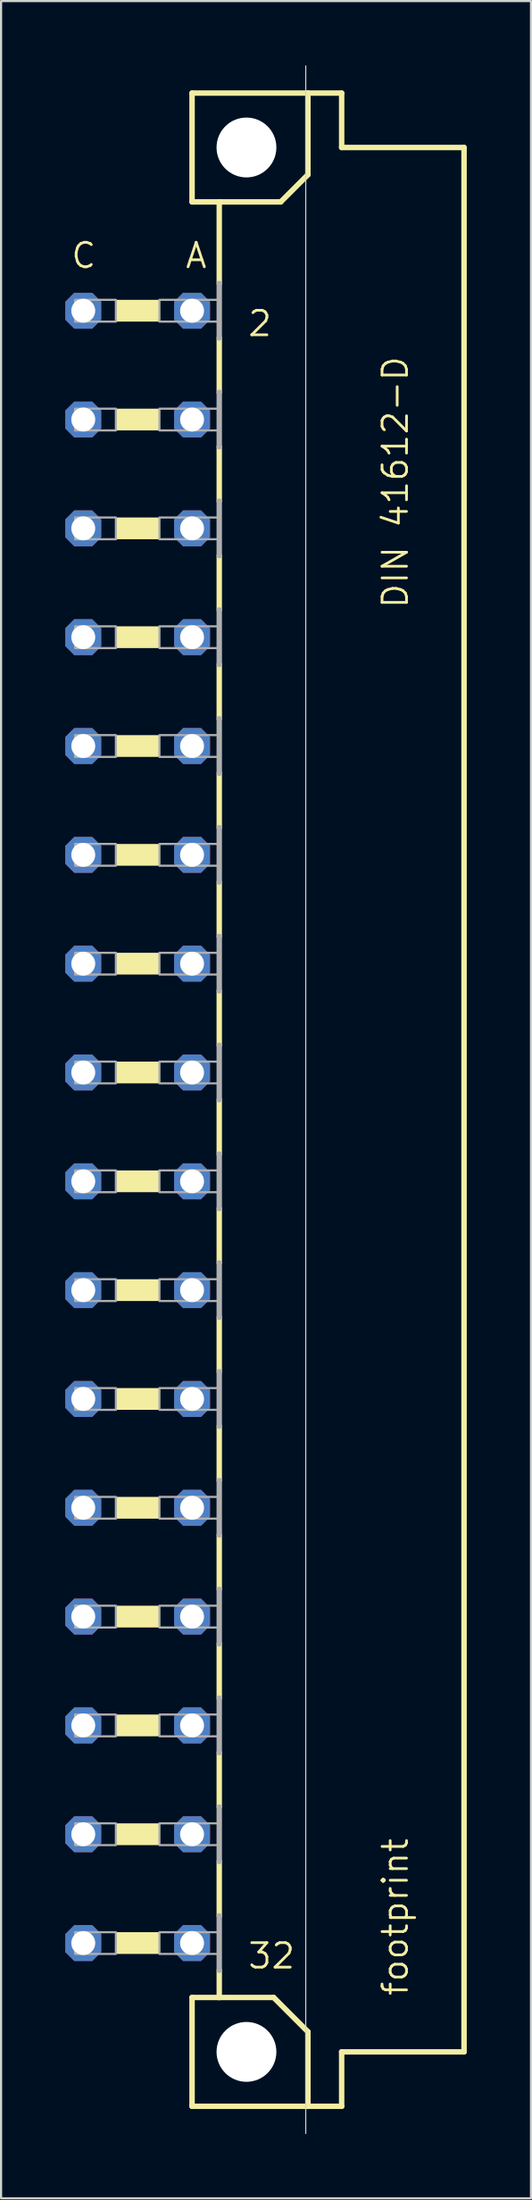
<source format=kicad_pcb>
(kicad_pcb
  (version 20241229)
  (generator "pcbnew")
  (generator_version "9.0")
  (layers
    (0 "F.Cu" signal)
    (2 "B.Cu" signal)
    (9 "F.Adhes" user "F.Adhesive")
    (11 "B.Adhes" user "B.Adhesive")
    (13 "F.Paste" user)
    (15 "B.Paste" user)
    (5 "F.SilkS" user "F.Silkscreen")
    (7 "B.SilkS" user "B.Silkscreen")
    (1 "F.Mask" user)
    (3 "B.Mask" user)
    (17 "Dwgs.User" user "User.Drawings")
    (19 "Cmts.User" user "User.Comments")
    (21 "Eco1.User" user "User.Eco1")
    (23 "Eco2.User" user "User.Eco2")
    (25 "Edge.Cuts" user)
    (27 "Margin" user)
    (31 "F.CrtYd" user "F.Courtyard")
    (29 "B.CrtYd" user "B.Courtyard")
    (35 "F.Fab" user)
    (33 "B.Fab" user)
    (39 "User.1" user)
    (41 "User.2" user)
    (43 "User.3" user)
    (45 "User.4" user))
  (footprint "footprint"
    (layer "F.Cu")
    (at 8.458 48.285)
    (property "Reference" "footprint" (at 7.62 41.91 90) (layer "F.SilkS") (effects (font (size 1.143 1.143) (thickness 0.127)) (justify left bottom)))
    (fp_line (start -2.54 -46.99) (end -2.54 -41.91) (stroke (width 0.254) (type solid)) (layer "F.SilkS"))
    (fp_line (start -2.54 -41.91) (end -1.27 -41.91) (stroke (width 0.254) (type solid)) (layer "F.SilkS"))
    (fp_line (start -2.54 41.91) (end -2.54 46.99) (stroke (width 0.254) (type solid)) (layer "F.SilkS"))
    (fp_line (start -2.54 41.91) (end -1.27 41.91) (stroke (width 0.254) (type solid)) (layer "F.SilkS"))
    (fp_line (start -2.54 46.99) (end 2.87 46.99) (stroke (width 0.254) (type solid)) (layer "F.SilkS"))
    (fp_line (start -1.27 -41.91) (end -1.27 -38.1) (stroke (width 0.254) (type solid)) (layer "F.SilkS"))
    (fp_line (start -1.27 -41.91) (end 1.6 -41.91) (stroke (width 0.254) (type solid)) (layer "F.SilkS"))
    (fp_line (start -1.27 -35.56) (end -1.27 -33.02) (stroke (width 0.254) (type solid)) (layer "F.SilkS"))
    (fp_line (start -1.27 -30.48) (end -1.27 -27.94) (stroke (width 0.254) (type solid)) (layer "F.SilkS"))
    (fp_line (start -1.27 -25.4) (end -1.27 -22.86) (stroke (width 0.254) (type solid)) (layer "F.SilkS"))
    (fp_line (start -1.27 -20.32) (end -1.27 -17.78) (stroke (width 0.254) (type solid)) (layer "F.SilkS"))
    (fp_line (start -1.27 -15.24) (end -1.27 -12.7) (stroke (width 0.254) (type solid)) (layer "F.SilkS"))
    (fp_line (start -1.27 -10.16) (end -1.27 -7.62) (stroke (width 0.254) (type solid)) (layer "F.SilkS"))
    (fp_line (start -1.27 -5.08) (end -1.27 -2.54) (stroke (width 0.254) (type solid)) (layer "F.SilkS"))
    (fp_line (start -1.27 0) (end -1.27 2.54) (stroke (width 0.254) (type solid)) (layer "F.SilkS"))
    (fp_line (start -1.27 5.08) (end -1.27 7.62) (stroke (width 0.254) (type solid)) (layer "F.SilkS"))
    (fp_line (start -1.27 10.16) (end -1.27 12.7) (stroke (width 0.254) (type solid)) (layer "F.SilkS"))
    (fp_line (start -1.27 15.24) (end -1.27 17.78) (stroke (width 0.254) (type solid)) (layer "F.SilkS"))
    (fp_line (start -1.27 20.32) (end -1.27 22.86) (stroke (width 0.254) (type solid)) (layer "F.SilkS"))
    (fp_line (start -1.27 25.4) (end -1.27 27.94) (stroke (width 0.254) (type solid)) (layer "F.SilkS"))
    (fp_line (start -1.27 30.48) (end -1.27 33.02) (stroke (width 0.254) (type solid)) (layer "F.SilkS"))
    (fp_line (start -1.27 35.56) (end -1.27 38.1) (stroke (width 0.254) (type solid)) (layer "F.SilkS"))
    (fp_line (start -1.27 40.64) (end -1.27 41.91) (stroke (width 0.254) (type solid)) (layer "F.SilkS"))
    (fp_line (start -1.27 41.91) (end 1.27 41.91) (stroke (width 0.254) (type solid)) (layer "F.SilkS"))
    (fp_line (start 1.6 -41.91) (end 2.87 -43.18) (stroke (width 0.254) (type solid)) (layer "F.SilkS"))
    (fp_line (start 2.87 -46.99) (end -2.54 -46.99) (stroke (width 0.254) (type solid)) (layer "F.SilkS"))
    (fp_line (start 2.87 -43.18) (end 2.87 -46.99) (stroke (width 0.254) (type solid)) (layer "F.SilkS"))
    (fp_line (start 2.87 43.51) (end 1.27 41.91) (stroke (width 0.254) (type solid)) (layer "F.SilkS"))
    (fp_line (start 2.87 43.51) (end 2.87 46.99) (stroke (width 0.254) (type solid)) (layer "F.SilkS"))
    (fp_line (start 2.87 46.99) (end 4.445 46.99) (stroke (width 0.254) (type solid)) (layer "F.SilkS"))
    (fp_line (start 4.445 -46.99) (end 2.87 -46.99) (stroke (width 0.254) (type solid)) (layer "F.SilkS"))
    (fp_line (start 4.445 -44.45) (end 4.445 -46.99) (stroke (width 0.254) (type solid)) (layer "F.SilkS"))
    (fp_line (start 4.445 44.45) (end 10.16 44.45) (stroke (width 0.254) (type solid)) (layer "F.SilkS"))
    (fp_line (start 4.445 46.99) (end 4.445 44.45) (stroke (width 0.254) (type solid)) (layer "F.SilkS"))
    (fp_line (start 10.16 -44.45) (end 4.445 -44.45) (stroke (width 0.254) (type solid)) (layer "F.SilkS"))
    (fp_line (start 10.16 44.45) (end 10.16 -44.45) (stroke (width 0.254) (type solid)) (layer "F.SilkS"))
    (fp_poly (pts (xy -6.096 -36.322) (xy -4.064 -36.322) (xy -4.064 -37.338) (xy -6.096 -37.338)) (stroke (width 0) (type solid)) (fill yes) (layer "F.SilkS"))
    (fp_poly (pts (xy -6.096 -31.242) (xy -4.064 -31.242) (xy -4.064 -32.258) (xy -6.096 -32.258)) (stroke (width 0) (type solid)) (fill yes) (layer "F.SilkS"))
    (fp_poly (pts (xy -6.096 -26.162) (xy -4.064 -26.162) (xy -4.064 -27.178) (xy -6.096 -27.178)) (stroke (width 0) (type solid)) (fill yes) (layer "F.SilkS"))
    (fp_poly (pts (xy -6.096 -21.082) (xy -4.064 -21.082) (xy -4.064 -22.098) (xy -6.096 -22.098)) (stroke (width 0) (type solid)) (fill yes) (layer "F.SilkS"))
    (fp_poly (pts (xy -6.096 -16.002) (xy -4.064 -16.002) (xy -4.064 -17.018) (xy -6.096 -17.018)) (stroke (width 0) (type solid)) (fill yes) (layer "F.SilkS"))
    (fp_poly (pts (xy -6.096 -10.922) (xy -4.064 -10.922) (xy -4.064 -11.938) (xy -6.096 -11.938)) (stroke (width 0) (type solid)) (fill yes) (layer "F.SilkS"))
    (fp_poly (pts (xy -6.096 -5.842) (xy -4.064 -5.842) (xy -4.064 -6.858) (xy -6.096 -6.858)) (stroke (width 0) (type solid)) (fill yes) (layer "F.SilkS"))
    (fp_poly (pts (xy -6.096 -0.762) (xy -4.064 -0.762) (xy -4.064 -1.778) (xy -6.096 -1.778)) (stroke (width 0) (type solid)) (fill yes) (layer "F.SilkS"))
    (fp_poly (pts (xy -6.096 4.318) (xy -4.064 4.318) (xy -4.064 3.302) (xy -6.096 3.302)) (stroke (width 0) (type solid)) (fill yes) (layer "F.SilkS"))
    (fp_poly (pts (xy -6.096 9.398) (xy -4.064 9.398) (xy -4.064 8.382) (xy -6.096 8.382)) (stroke (width 0) (type solid)) (fill yes) (layer "F.SilkS"))
    (fp_poly (pts (xy -6.096 14.478) (xy -4.064 14.478) (xy -4.064 13.462) (xy -6.096 13.462)) (stroke (width 0) (type solid)) (fill yes) (layer "F.SilkS"))
    (fp_poly (pts (xy -6.096 19.558) (xy -4.064 19.558) (xy -4.064 18.542) (xy -6.096 18.542)) (stroke (width 0) (type solid)) (fill yes) (layer "F.SilkS"))
    (fp_poly (pts (xy -6.096 24.638) (xy -4.064 24.638) (xy -4.064 23.622) (xy -6.096 23.622)) (stroke (width 0) (type solid)) (fill yes) (layer "F.SilkS"))
    (fp_poly (pts (xy -6.096 29.718) (xy -4.064 29.718) (xy -4.064 28.702) (xy -6.096 28.702)) (stroke (width 0) (type solid)) (fill yes) (layer "F.SilkS"))
    (fp_poly (pts (xy -6.096 34.798) (xy -4.064 34.798) (xy -4.064 33.782) (xy -6.096 33.782)) (stroke (width 0) (type solid)) (fill yes) (layer "F.SilkS"))
    (fp_poly (pts (xy -6.096 39.878) (xy -4.064 39.878) (xy -4.064 38.862) (xy -6.096 38.862)) (stroke (width 0) (type solid)) (fill yes) (layer "F.SilkS"))
    (fp_line (start 2.769 -48.26) (end 2.769 48.26) (stroke (width 0.051) (type solid)) (layer "Edge.Cuts"))
    (fp_line (start -1.27 -38.1) (end -1.27 -35.56) (stroke (width 0.254) (type solid)) (layer "F.Fab"))
    (fp_line (start -1.27 -33.02) (end -1.27 -30.48) (stroke (width 0.254) (type solid)) (layer "F.Fab"))
    (fp_line (start -1.27 -27.94) (end -1.27 -25.4) (stroke (width 0.254) (type solid)) (layer "F.Fab"))
    (fp_line (start -1.27 -22.86) (end -1.27 -20.32) (stroke (width 0.254) (type solid)) (layer "F.Fab"))
    (fp_line (start -1.27 -17.78) (end -1.27 -15.24) (stroke (width 0.254) (type solid)) (layer "F.Fab"))
    (fp_line (start -1.27 -12.7) (end -1.27 -10.16) (stroke (width 0.254) (type solid)) (layer "F.Fab"))
    (fp_line (start -1.27 -7.62) (end -1.27 -5.08) (stroke (width 0.254) (type solid)) (layer "F.Fab"))
    (fp_line (start -1.27 -2.54) (end -1.27 0) (stroke (width 0.254) (type solid)) (layer "F.Fab"))
    (fp_line (start -1.27 2.54) (end -1.27 5.08) (stroke (width 0.254) (type solid)) (layer "F.Fab"))
    (fp_line (start -1.27 7.62) (end -1.27 10.16) (stroke (width 0.254) (type solid)) (layer "F.Fab"))
    (fp_line (start -1.27 12.7) (end -1.27 15.24) (stroke (width 0.254) (type solid)) (layer "F.Fab"))
    (fp_line (start -1.27 17.78) (end -1.27 20.32) (stroke (width 0.254) (type solid)) (layer "F.Fab"))
    (fp_line (start -1.27 22.86) (end -1.27 25.4) (stroke (width 0.254) (type solid)) (layer "F.Fab"))
    (fp_line (start -1.27 27.94) (end -1.27 30.48) (stroke (width 0.254) (type solid)) (layer "F.Fab"))
    (fp_line (start -1.27 33.02) (end -1.27 35.56) (stroke (width 0.254) (type solid)) (layer "F.Fab"))
    (fp_line (start -1.27 38.1) (end -1.27 40.64) (stroke (width 0.254) (type solid)) (layer "F.Fab"))
    (fp_poly (pts (xy -8.001 -36.322) (xy -6.096 -36.322) (xy -6.096 -37.338) (xy -8.001 -37.338)) (stroke (width 0.1) (type solid)) (fill no) (layer "F.Fab"))
    (fp_poly (pts (xy -8.001 -31.242) (xy -6.096 -31.242) (xy -6.096 -32.258) (xy -8.001 -32.258)) (stroke (width 0.1) (type solid)) (fill no) (layer "F.Fab"))
    (fp_poly (pts (xy -8.001 -26.162) (xy -6.096 -26.162) (xy -6.096 -27.178) (xy -8.001 -27.178)) (stroke (width 0.1) (type solid)) (fill no) (layer "F.Fab"))
    (fp_poly (pts (xy -8.001 -21.082) (xy -6.096 -21.082) (xy -6.096 -22.098) (xy -8.001 -22.098)) (stroke (width 0.1) (type solid)) (fill no) (layer "F.Fab"))
    (fp_poly (pts (xy -8.001 -16.002) (xy -6.096 -16.002) (xy -6.096 -17.018) (xy -8.001 -17.018)) (stroke (width 0.1) (type solid)) (fill no) (layer "F.Fab"))
    (fp_poly (pts (xy -8.001 -10.922) (xy -6.096 -10.922) (xy -6.096 -11.938) (xy -8.001 -11.938)) (stroke (width 0.1) (type solid)) (fill no) (layer "F.Fab"))
    (fp_poly (pts (xy -8.001 -5.842) (xy -6.096 -5.842) (xy -6.096 -6.858) (xy -8.001 -6.858)) (stroke (width 0.1) (type solid)) (fill no) (layer "F.Fab"))
    (fp_poly (pts (xy -8.001 -0.762) (xy -6.096 -0.762) (xy -6.096 -1.778) (xy -8.001 -1.778)) (stroke (width 0.1) (type solid)) (fill no) (layer "F.Fab"))
    (fp_poly (pts (xy -8.001 4.318) (xy -6.096 4.318) (xy -6.096 3.302) (xy -8.001 3.302)) (stroke (width 0.1) (type solid)) (fill no) (layer "F.Fab"))
    (fp_poly (pts (xy -8.001 9.398) (xy -6.096 9.398) (xy -6.096 8.382) (xy -8.001 8.382)) (stroke (width 0.1) (type solid)) (fill no) (layer "F.Fab"))
    (fp_poly (pts (xy -8.001 14.478) (xy -6.096 14.478) (xy -6.096 13.462) (xy -8.001 13.462)) (stroke (width 0.1) (type solid)) (fill no) (layer "F.Fab"))
    (fp_poly (pts (xy -8.001 19.558) (xy -6.096 19.558) (xy -6.096 18.542) (xy -8.001 18.542)) (stroke (width 0.1) (type solid)) (fill no) (layer "F.Fab"))
    (fp_poly (pts (xy -8.001 24.638) (xy -6.096 24.638) (xy -6.096 23.622) (xy -8.001 23.622)) (stroke (width 0.1) (type solid)) (fill no) (layer "F.Fab"))
    (fp_poly (pts (xy -8.001 29.718) (xy -6.096 29.718) (xy -6.096 28.702) (xy -8.001 28.702)) (stroke (width 0.1) (type solid)) (fill no) (layer "F.Fab"))
    (fp_poly (pts (xy -8.001 34.798) (xy -6.096 34.798) (xy -6.096 33.782) (xy -8.001 33.782)) (stroke (width 0.1) (type solid)) (fill no) (layer "F.Fab"))
    (fp_poly (pts (xy -8.001 39.878) (xy -6.096 39.878) (xy -6.096 38.862) (xy -8.001 38.862)) (stroke (width 0.1) (type solid)) (fill no) (layer "F.Fab"))
    (fp_poly (pts (xy -4.064 -36.322) (xy -1.27 -36.322) (xy -1.27 -37.338) (xy -4.064 -37.338)) (stroke (width 0.1) (type solid)) (fill no) (layer "F.Fab"))
    (fp_poly (pts (xy -4.064 -31.242) (xy -1.27 -31.242) (xy -1.27 -32.258) (xy -4.064 -32.258)) (stroke (width 0.1) (type solid)) (fill no) (layer "F.Fab"))
    (fp_poly (pts (xy -4.064 -26.162) (xy -1.27 -26.162) (xy -1.27 -27.178) (xy -4.064 -27.178)) (stroke (width 0.1) (type solid)) (fill no) (layer "F.Fab"))
    (fp_poly (pts (xy -4.064 -21.082) (xy -1.27 -21.082) (xy -1.27 -22.098) (xy -4.064 -22.098)) (stroke (width 0.1) (type solid)) (fill no) (layer "F.Fab"))
    (fp_poly (pts (xy -4.064 -16.002) (xy -1.27 -16.002) (xy -1.27 -17.018) (xy -4.064 -17.018)) (stroke (width 0.1) (type solid)) (fill no) (layer "F.Fab"))
    (fp_poly (pts (xy -4.064 -10.922) (xy -1.27 -10.922) (xy -1.27 -11.938) (xy -4.064 -11.938)) (stroke (width 0.1) (type solid)) (fill no) (layer "F.Fab"))
    (fp_poly (pts (xy -4.064 -5.842) (xy -1.27 -5.842) (xy -1.27 -6.858) (xy -4.064 -6.858)) (stroke (width 0.1) (type solid)) (fill no) (layer "F.Fab"))
    (fp_poly (pts (xy -4.064 -0.762) (xy -1.27 -0.762) (xy -1.27 -1.778) (xy -4.064 -1.778)) (stroke (width 0.1) (type solid)) (fill no) (layer "F.Fab"))
    (fp_poly (pts (xy -4.064 4.318) (xy -1.27 4.318) (xy -1.27 3.302) (xy -4.064 3.302)) (stroke (width 0.1) (type solid)) (fill no) (layer "F.Fab"))
    (fp_poly (pts (xy -4.064 9.398) (xy -1.27 9.398) (xy -1.27 8.382) (xy -4.064 8.382)) (stroke (width 0.1) (type solid)) (fill no) (layer "F.Fab"))
    (fp_poly (pts (xy -4.064 14.478) (xy -1.27 14.478) (xy -1.27 13.462) (xy -4.064 13.462)) (stroke (width 0.1) (type solid)) (fill no) (layer "F.Fab"))
    (fp_poly (pts (xy -4.064 19.558) (xy -1.27 19.558) (xy -1.27 18.542) (xy -4.064 18.542)) (stroke (width 0.1) (type solid)) (fill no) (layer "F.Fab"))
    (fp_poly (pts (xy -4.064 24.638) (xy -1.27 24.638) (xy -1.27 23.622) (xy -4.064 23.622)) (stroke (width 0.1) (type solid)) (fill no) (layer "F.Fab"))
    (fp_poly (pts (xy -4.064 29.718) (xy -1.27 29.718) (xy -1.27 28.702) (xy -4.064 28.702)) (stroke (width 0.1) (type solid)) (fill no) (layer "F.Fab"))
    (fp_poly (pts (xy -4.064 34.798) (xy -1.27 34.798) (xy -1.27 33.782) (xy -4.064 33.782)) (stroke (width 0.1) (type solid)) (fill no) (layer "F.Fab"))
    (fp_poly (pts (xy -4.064 39.878) (xy -1.27 39.878) (xy -1.27 38.862) (xy -4.064 38.862)) (stroke (width 0.1) (type solid)) (fill no) (layer "F.Fab"))
    (fp_text user "DIN 41612-D" (at 7.62 -22.86 90) (layer "F.SilkS") (effects (font (size 1.143 1.143) (thickness 0.127)) (justify left bottom)))
    (fp_text user "A" (at -2.921 -38.735 0) (layer "F.SilkS") (effects (font (size 1.143 1.143) (thickness 0.127)) (justify left bottom)))
    (fp_text user "C" (at -8.255 -38.735 0) (layer "F.SilkS") (effects (font (size 1.143 1.143) (thickness 0.127)) (justify left bottom)))
    (fp_text user "2" (at 0 -35.56 0) (layer "F.SilkS") (effects (font (size 1.143 1.143) (thickness 0.127)) (justify left bottom)))
    (fp_text user "32" (at 0 40.64 0) (layer "F.SilkS") (effects (font (size 1.143 1.143) (thickness 0.127)) (justify left bottom)))
    (pad "" np_thru_hole circle (at 0 -44.45) (size 2.794 2.794) (drill 2.794) (layers "*.Cu" "*.Mask"))
    (pad "" np_thru_hole circle (at 0 44.45) (size 2.794 2.794) (drill 2.794) (layers "*.Cu" "*.Mask"))
    (pad "A2" thru_hole roundrect (at -2.54 -36.83) (size 1.676 1.676) (drill 1.118) (layers "*.Cu" "*.Mask") (roundrect_rratio 0.25) (chamfer_ratio 0.25) (chamfer top_left top_right bottom_left bottom_right))
    (pad "A4" thru_hole roundrect (at -2.54 -31.75) (size 1.676 1.676) (drill 1.118) (layers "*.Cu" "*.Mask") (roundrect_rratio 0.25) (chamfer_ratio 0.25) (chamfer top_left top_right bottom_left bottom_right))
    (pad "A6" thru_hole roundrect (at -2.54 -26.67) (size 1.676 1.676) (drill 1.118) (layers "*.Cu" "*.Mask") (roundrect_rratio 0.25) (chamfer_ratio 0.25) (chamfer top_left top_right bottom_left bottom_right))
    (pad "A8" thru_hole roundrect (at -2.54 -21.59) (size 1.676 1.676) (drill 1.118) (layers "*.Cu" "*.Mask") (roundrect_rratio 0.25) (chamfer_ratio 0.25) (chamfer top_left top_right bottom_left bottom_right))
    (pad "A10" thru_hole roundrect (at -2.54 -16.51) (size 1.676 1.676) (drill 1.118) (layers "*.Cu" "*.Mask") (roundrect_rratio 0.25) (chamfer_ratio 0.25) (chamfer top_left top_right bottom_left bottom_right))
    (pad "A12" thru_hole roundrect (at -2.54 -11.43) (size 1.676 1.676) (drill 1.118) (layers "*.Cu" "*.Mask") (roundrect_rratio 0.25) (chamfer_ratio 0.25) (chamfer top_left top_right bottom_left bottom_right))
    (pad "A14" thru_hole roundrect (at -2.54 -6.35) (size 1.676 1.676) (drill 1.118) (layers "*.Cu" "*.Mask") (roundrect_rratio 0.25) (chamfer_ratio 0.25) (chamfer top_left top_right bottom_left bottom_right))
    (pad "A16" thru_hole roundrect (at -2.54 -1.27) (size 1.676 1.676) (drill 1.118) (layers "*.Cu" "*.Mask") (roundrect_rratio 0.25) (chamfer_ratio 0.25) (chamfer top_left top_right bottom_left bottom_right))
    (pad "A18" thru_hole roundrect (at -2.54 3.81) (size 1.676 1.676) (drill 1.118) (layers "*.Cu" "*.Mask") (roundrect_rratio 0.25) (chamfer_ratio 0.25) (chamfer top_left top_right bottom_left bottom_right))
    (pad "A20" thru_hole roundrect (at -2.54 8.89) (size 1.676 1.676) (drill 1.118) (layers "*.Cu" "*.Mask") (roundrect_rratio 0.25) (chamfer_ratio 0.25) (chamfer top_left top_right bottom_left bottom_right))
    (pad "A22" thru_hole roundrect (at -2.54 13.97) (size 1.676 1.676) (drill 1.118) (layers "*.Cu" "*.Mask") (roundrect_rratio 0.25) (chamfer_ratio 0.25) (chamfer top_left top_right bottom_left bottom_right))
    (pad "A24" thru_hole roundrect (at -2.54 19.05) (size 1.676 1.676) (drill 1.118) (layers "*.Cu" "*.Mask") (roundrect_rratio 0.25) (chamfer_ratio 0.25) (chamfer top_left top_right bottom_left bottom_right))
    (pad "A26" thru_hole roundrect (at -2.54 24.13) (size 1.676 1.676) (drill 1.118) (layers "*.Cu" "*.Mask") (roundrect_rratio 0.25) (chamfer_ratio 0.25) (chamfer top_left top_right bottom_left bottom_right))
    (pad "A28" thru_hole roundrect (at -2.54 29.21) (size 1.676 1.676) (drill 1.118) (layers "*.Cu" "*.Mask") (roundrect_rratio 0.25) (chamfer_ratio 0.25) (chamfer top_left top_right bottom_left bottom_right))
    (pad "A30" thru_hole roundrect (at -2.54 34.29) (size 1.676 1.676) (drill 1.118) (layers "*.Cu" "*.Mask") (roundrect_rratio 0.25) (chamfer_ratio 0.25) (chamfer top_left top_right bottom_left bottom_right))
    (pad "A32" thru_hole roundrect (at -2.54 39.37) (size 1.676 1.676) (drill 1.118) (layers "*.Cu" "*.Mask") (roundrect_rratio 0.25) (chamfer_ratio 0.25) (chamfer top_left top_right bottom_left bottom_right))
    (pad "C2" thru_hole roundrect (at -7.62 -36.83) (size 1.676 1.676) (drill 1.118) (layers "*.Cu" "*.Mask") (roundrect_rratio 0.25) (chamfer_ratio 0.25) (chamfer top_left top_right bottom_left bottom_right))
    (pad "C4" thru_hole roundrect (at -7.62 -31.75) (size 1.676 1.676) (drill 1.118) (layers "*.Cu" "*.Mask") (roundrect_rratio 0.25) (chamfer_ratio 0.25) (chamfer top_left top_right bottom_left bottom_right))
    (pad "C6" thru_hole roundrect (at -7.62 -26.67) (size 1.676 1.676) (drill 1.118) (layers "*.Cu" "*.Mask") (roundrect_rratio 0.25) (chamfer_ratio 0.25) (chamfer top_left top_right bottom_left bottom_right))
    (pad "C8" thru_hole roundrect (at -7.62 -21.59) (size 1.676 1.676) (drill 1.118) (layers "*.Cu" "*.Mask") (roundrect_rratio 0.25) (chamfer_ratio 0.25) (chamfer top_left top_right bottom_left bottom_right))
    (pad "C10" thru_hole roundrect (at -7.62 -16.51) (size 1.676 1.676) (drill 1.118) (layers "*.Cu" "*.Mask") (roundrect_rratio 0.25) (chamfer_ratio 0.25) (chamfer top_left top_right bottom_left bottom_right))
    (pad "C12" thru_hole roundrect (at -7.62 -11.43) (size 1.676 1.676) (drill 1.118) (layers "*.Cu" "*.Mask") (roundrect_rratio 0.25) (chamfer_ratio 0.25) (chamfer top_left top_right bottom_left bottom_right))
    (pad "C14" thru_hole roundrect (at -7.62 -6.35) (size 1.676 1.676) (drill 1.118) (layers "*.Cu" "*.Mask") (roundrect_rratio 0.25) (chamfer_ratio 0.25) (chamfer top_left top_right bottom_left bottom_right))
    (pad "C16" thru_hole roundrect (at -7.62 -1.27) (size 1.676 1.676) (drill 1.118) (layers "*.Cu" "*.Mask") (roundrect_rratio 0.25) (chamfer_ratio 0.25) (chamfer top_left top_right bottom_left bottom_right))
    (pad "C18" thru_hole roundrect (at -7.62 3.81) (size 1.676 1.676) (drill 1.118) (layers "*.Cu" "*.Mask") (roundrect_rratio 0.25) (chamfer_ratio 0.25) (chamfer top_left top_right bottom_left bottom_right))
    (pad "C20" thru_hole roundrect (at -7.62 8.89) (size 1.676 1.676) (drill 1.118) (layers "*.Cu" "*.Mask") (roundrect_rratio 0.25) (chamfer_ratio 0.25) (chamfer top_left top_right bottom_left bottom_right))
    (pad "C22" thru_hole roundrect (at -7.62 13.97) (size 1.676 1.676) (drill 1.118) (layers "*.Cu" "*.Mask") (roundrect_rratio 0.25) (chamfer_ratio 0.25) (chamfer top_left top_right bottom_left bottom_right))
    (pad "C24" thru_hole roundrect (at -7.62 19.05) (size 1.676 1.676) (drill 1.118) (layers "*.Cu" "*.Mask") (roundrect_rratio 0.25) (chamfer_ratio 0.25) (chamfer top_left top_right bottom_left bottom_right))
    (pad "C26" thru_hole roundrect (at -7.62 24.13) (size 1.676 1.676) (drill 1.118) (layers "*.Cu" "*.Mask") (roundrect_rratio 0.25) (chamfer_ratio 0.25) (chamfer top_left top_right bottom_left bottom_right))
    (pad "C28" thru_hole roundrect (at -7.62 29.21) (size 1.676 1.676) (drill 1.118) (layers "*.Cu" "*.Mask") (roundrect_rratio 0.25) (chamfer_ratio 0.25) (chamfer top_left top_right bottom_left bottom_right))
    (pad "C30" thru_hole roundrect (at -7.62 34.29) (size 1.676 1.676) (drill 1.118) (layers "*.Cu" "*.Mask") (roundrect_rratio 0.25) (chamfer_ratio 0.25) (chamfer top_left top_right bottom_left bottom_right))
    (pad "C32" thru_hole roundrect (at -7.62 39.37) (size 1.676 1.676) (drill 1.118) (layers "*.Cu" "*.Mask") (roundrect_rratio 0.25) (chamfer_ratio 0.25) (chamfer top_left top_right bottom_left bottom_right))
    (zone (net_name "") (layers "F.Cu" "B.Cu") (hatch edge 0.508) (connect_pads) (min_thickness 0.254) (filled_areas_thickness no) (keepout (tracks allowed) (vias not_allowed) (pads allowed) (copperpour allowed) (footprints allowed)) (placement (enabled no)) (fill) (polygon (pts (xy 11.633 3.835) (xy 11.585 3.284) (xy 11.442 2.749) (xy 11.208 2.248) (xy 10.89 1.795) (xy 10.499 1.403) (xy 10.046 1.086) (xy 9.544 0.852) (xy 9.01 0.709) (xy 8.458 0.66) (xy 7.907 0.709) (xy 7.372 0.852) (xy 6.871 1.086) (xy 6.417 1.403) (xy 6.026 1.795) (xy 5.709 2.248) (xy 5.475 2.749) (xy 5.331 3.284) (xy 5.283 3.835) (xy 5.331 4.387) (xy 5.475 4.921) (xy 5.709 5.423) (xy 6.026 5.876) (xy 6.417 6.268) (xy 6.871 6.585) (xy 7.372 6.819) (xy 7.907 6.962) (xy 8.458 7.01) (xy 9.01 6.962) (xy 9.544 6.819) (xy 10.046 6.585) (xy 10.499 6.268) (xy 10.89 5.876) (xy 11.208 5.423) (xy 11.442 4.921) (xy 11.585 4.387))) (polygon (pts (xy 9.855 3.835) (xy 9.834 3.593) (xy 9.771 3.358) (xy 9.668 3.137) (xy 9.528 2.937) (xy 9.356 2.765) (xy 9.157 2.626) (xy 8.936 2.523) (xy 8.701 2.46) (xy 8.458 2.438) (xy 8.216 2.46) (xy 7.98 2.523) (xy 7.76 2.626) (xy 7.56 2.765) (xy 7.388 2.937) (xy 7.248 3.137) (xy 7.145 3.358) (xy 7.082 3.593) (xy 7.061 3.835) (xy 7.082 4.078) (xy 7.145 4.313) (xy 7.248 4.534) (xy 7.388 4.733) (xy 7.56 4.906) (xy 7.76 5.045) (xy 7.98 5.148) (xy 8.216 5.211) (xy 8.458 5.232) (xy 8.701 5.211) (xy 8.936 5.148) (xy 9.157 5.045) (xy 9.356 4.906) (xy 9.528 4.733) (xy 9.668 4.534) (xy 9.771 4.313) (xy 9.834 4.078))))
    (zone (net_name "") (layers "F.Cu" "B.Cu") (hatch edge 0.508) (connect_pads) (min_thickness 0.254) (filled_areas_thickness no) (keepout (tracks allowed) (vias not_allowed) (pads allowed) (copperpour allowed) (footprints allowed)) (placement (enabled no)) (fill) (polygon (pts (xy 11.633 92.735) (xy 11.585 92.184) (xy 11.442 91.649) (xy 11.208 91.148) (xy 10.89 90.695) (xy 10.499 90.303) (xy 10.046 89.986) (xy 9.544 89.752) (xy 9.01 89.609) (xy 8.458 89.56) (xy 7.907 89.609) (xy 7.372 89.752) (xy 6.871 89.986) (xy 6.417 90.303) (xy 6.026 90.695) (xy 5.709 91.148) (xy 5.475 91.649) (xy 5.331 92.184) (xy 5.283 92.735) (xy 5.331 93.287) (xy 5.475 93.821) (xy 5.709 94.323) (xy 6.026 94.776) (xy 6.417 95.168) (xy 6.871 95.485) (xy 7.372 95.719) (xy 7.907 95.862) (xy 8.458 95.91) (xy 9.01 95.862) (xy 9.544 95.719) (xy 10.046 95.485) (xy 10.499 95.168) (xy 10.89 94.776) (xy 11.208 94.323) (xy 11.442 93.821) (xy 11.585 93.287))) (polygon (pts (xy 9.855 92.735) (xy 9.834 92.493) (xy 9.771 92.258) (xy 9.668 92.037) (xy 9.528 91.837) (xy 9.356 91.665) (xy 9.157 91.526) (xy 8.936 91.423) (xy 8.701 91.36) (xy 8.458 91.338) (xy 8.216 91.36) (xy 7.98 91.423) (xy 7.76 91.526) (xy 7.56 91.665) (xy 7.388 91.837) (xy 7.248 92.037) (xy 7.145 92.258) (xy 7.082 92.493) (xy 7.061 92.735) (xy 7.082 92.978) (xy 7.145 93.213) (xy 7.248 93.434) (xy 7.388 93.633) (xy 7.56 93.806) (xy 7.76 93.945) (xy 7.98 94.048) (xy 8.216 94.111) (xy 8.458 94.132) (xy 8.701 94.111) (xy 8.936 94.048) (xy 9.157 93.945) (xy 9.356 93.806) (xy 9.528 93.633) (xy 9.668 93.434) (xy 9.771 93.213) (xy 9.834 92.978))))
    (zone (net_name "") (layer "B.Cu") (hatch edge 0.508) (connect_pads) (min_thickness 0.254) (filled_areas_thickness no) (keepout (tracks not_allowed) (vias not_allowed) (pads not_allowed) (copperpour not_allowed) (footprints allowed)) (placement (enabled no)) (fill) (polygon (pts (xy 11.633 3.835) (xy 11.585 3.284) (xy 11.442 2.749) (xy 11.208 2.248) (xy 10.89 1.795) (xy 10.499 1.403) (xy 10.046 1.086) (xy 9.544 0.852) (xy 9.01 0.709) (xy 8.458 0.66) (xy 7.907 0.709) (xy 7.372 0.852) (xy 6.871 1.086) (xy 6.417 1.403) (xy 6.026 1.795) (xy 5.709 2.248) (xy 5.475 2.749) (xy 5.331 3.284) (xy 5.283 3.835) (xy 5.331 4.387) (xy 5.475 4.921) (xy 5.709 5.423) (xy 6.026 5.876) (xy 6.417 6.268) (xy 6.871 6.585) (xy 7.372 6.819) (xy 7.907 6.962) (xy 8.458 7.01) (xy 9.01 6.962) (xy 9.544 6.819) (xy 10.046 6.585) (xy 10.499 6.268) (xy 10.89 5.876) (xy 11.208 5.423) (xy 11.442 4.921) (xy 11.585 4.387))) (polygon (pts (xy 9.855 3.835) (xy 9.834 3.593) (xy 9.771 3.358) (xy 9.668 3.137) (xy 9.528 2.937) (xy 9.356 2.765) (xy 9.157 2.626) (xy 8.936 2.523) (xy 8.701 2.46) (xy 8.458 2.438) (xy 8.216 2.46) (xy 7.98 2.523) (xy 7.76 2.626) (xy 7.56 2.765) (xy 7.388 2.937) (xy 7.248 3.137) (xy 7.145 3.358) (xy 7.082 3.593) (xy 7.061 3.835) (xy 7.082 4.078) (xy 7.145 4.313) (xy 7.248 4.534) (xy 7.388 4.733) (xy 7.56 4.906) (xy 7.76 5.045) (xy 7.98 5.148) (xy 8.216 5.211) (xy 8.458 5.232) (xy 8.701 5.211) (xy 8.936 5.148) (xy 9.157 5.045) (xy 9.356 4.906) (xy 9.528 4.733) (xy 9.668 4.534) (xy 9.771 4.313) (xy 9.834 4.078))))
    (zone (net_name "") (layer "B.Cu") (hatch edge 0.508) (connect_pads) (min_thickness 0.254) (filled_areas_thickness no) (keepout (tracks not_allowed) (vias not_allowed) (pads not_allowed) (copperpour not_allowed) (footprints allowed)) (placement (enabled no)) (fill) (polygon (pts (xy 11.633 92.735) (xy 11.585 92.184) (xy 11.442 91.649) (xy 11.208 91.148) (xy 10.89 90.695) (xy 10.499 90.303) (xy 10.046 89.986) (xy 9.544 89.752) (xy 9.01 89.609) (xy 8.458 89.56) (xy 7.907 89.609) (xy 7.372 89.752) (xy 6.871 89.986) (xy 6.417 90.303) (xy 6.026 90.695) (xy 5.709 91.148) (xy 5.475 91.649) (xy 5.331 92.184) (xy 5.283 92.735) (xy 5.331 93.287) (xy 5.475 93.821) (xy 5.709 94.323) (xy 6.026 94.776) (xy 6.417 95.168) (xy 6.871 95.485) (xy 7.372 95.719) (xy 7.907 95.862) (xy 8.458 95.91) (xy 9.01 95.862) (xy 9.544 95.719) (xy 10.046 95.485) (xy 10.499 95.168) (xy 10.89 94.776) (xy 11.208 94.323) (xy 11.442 93.821) (xy 11.585 93.287))) (polygon (pts (xy 9.855 92.735) (xy 9.834 92.493) (xy 9.771 92.258) (xy 9.668 92.037) (xy 9.528 91.837) (xy 9.356 91.665) (xy 9.157 91.526) (xy 8.936 91.423) (xy 8.701 91.36) (xy 8.458 91.338) (xy 8.216 91.36) (xy 7.98 91.423) (xy 7.76 91.526) (xy 7.56 91.665) (xy 7.388 91.837) (xy 7.248 92.037) (xy 7.145 92.258) (xy 7.082 92.493) (xy 7.061 92.735) (xy 7.082 92.978) (xy 7.145 93.213) (xy 7.248 93.434) (xy 7.388 93.633) (xy 7.56 93.806) (xy 7.76 93.945) (xy 7.98 94.048) (xy 8.216 94.111) (xy 8.458 94.132) (xy 8.701 94.111) (xy 8.936 94.048) (xy 9.157 93.945) (xy 9.356 93.806) (xy 9.528 93.633) (xy 9.668 93.434) (xy 9.771 93.213) (xy 9.834 92.978)))))
  (gr_rect
    (start -3 -3)
    (end 21.745 99.571)
    (stroke (width 0.1) (type default))
    (fill no)
    (layer "Edge.Cuts")))
</source>
